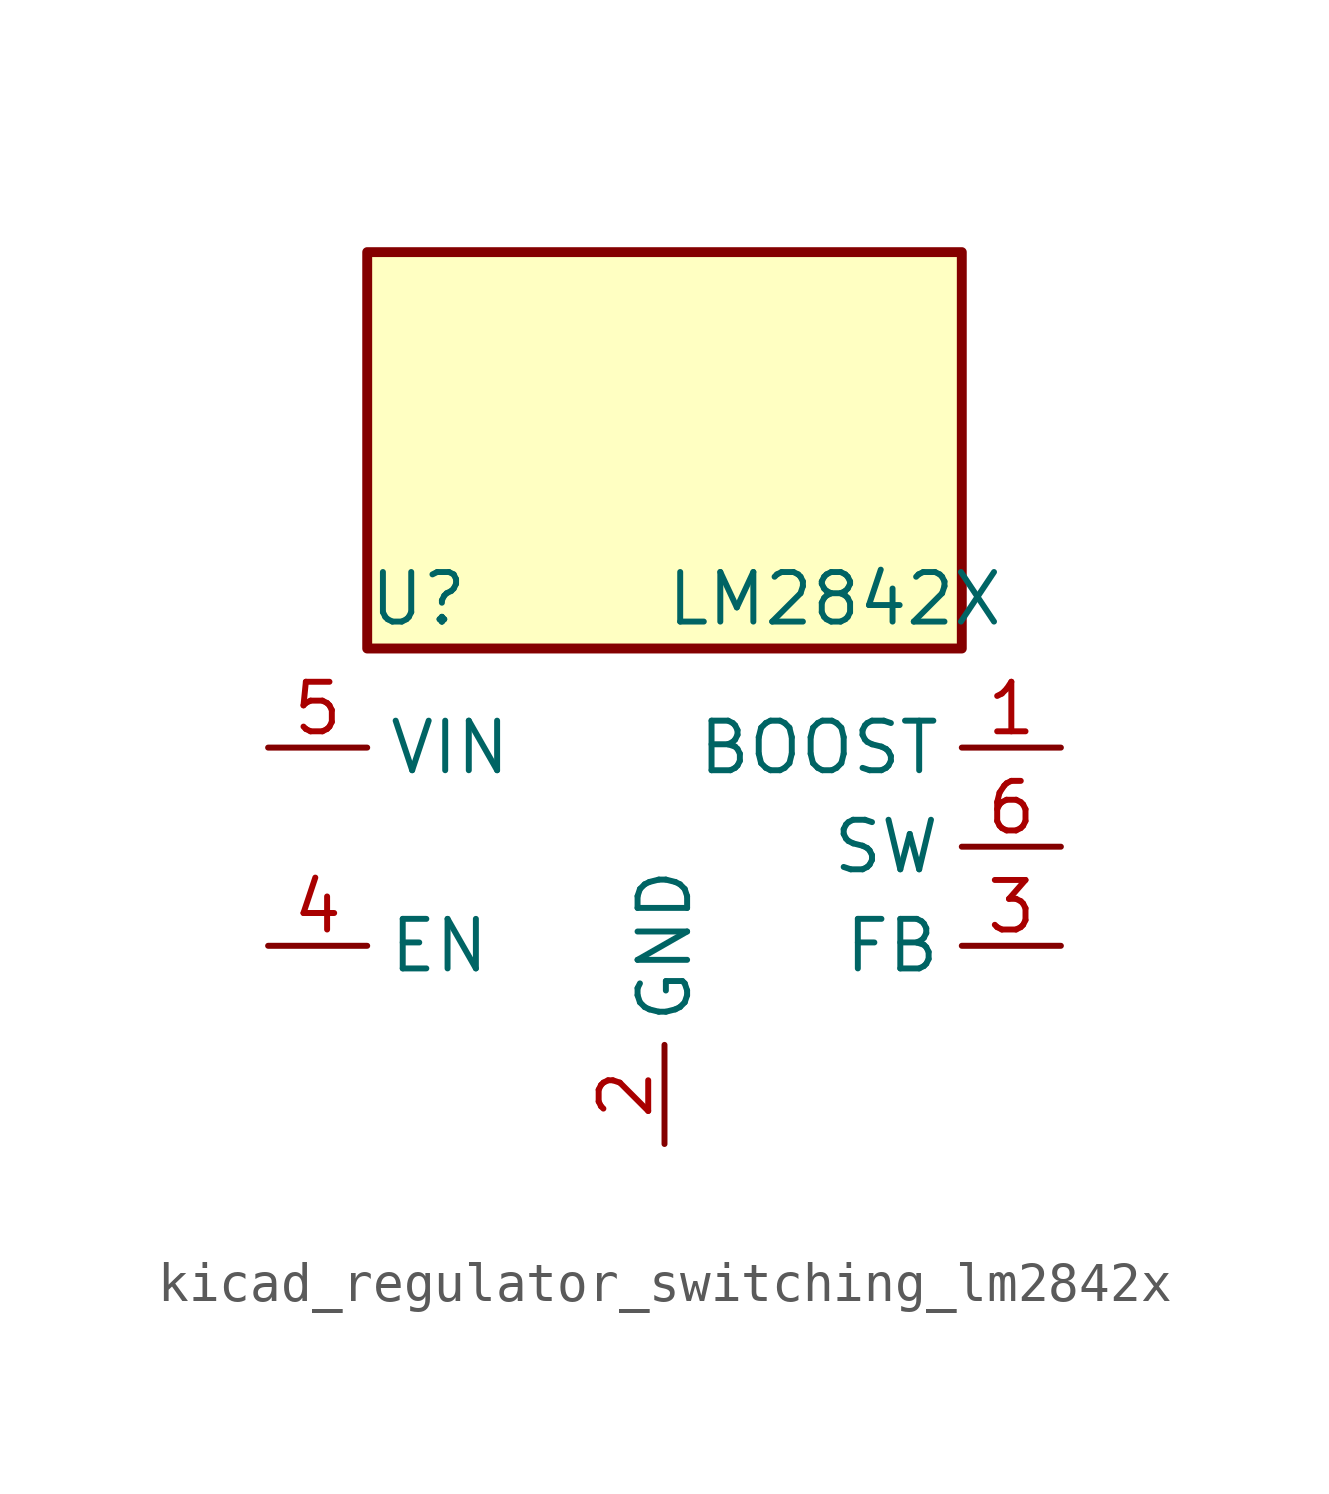
<source format=kicad_sym>
(kicad_symbol_lib
  (version 20220914)
  (generator kicad_symbol_editor)
  (symbol "kicad_regulator_switching_lm2842x"
    (property "Reference" "U"
      (at -7.62 6.35 0)
      (effects (font (size 1.27 1.27)) (justify left)))
    (property "Value" "LM2842X"
      (at 0 6.35 0)
      (effects (font (size 1.27 1.27)) (justify left)))
    (symbol "kicad_regulator_switching_lm2842x_0_1"
      (rectangle (start 7.62 15.24) (end -7.62 5.08) (stroke (width 0.254) (type default)) (fill (type background)))
      (pin input line (at 10.16 2.54 180) (length 2.54) (name "BOOST" (effects (font (size 1.27 1.27)))) (number "1" (effects (font (size 1.27 1.27))))))
    (symbol "kicad_regulator_switching_lm2842x_1_1"
      (pin power_in line (at 0 -7.62 90) (length 2.54) (name "GND" (effects (font (size 1.27 1.27)))) (number "2" (effects (font (size 1.27 1.27)))))
      (pin input line (at 10.16 -2.54 180) (length 2.54) (name "FB" (effects (font (size 1.27 1.27)))) (number "3" (effects (font (size 1.27 1.27)))))
      (pin input line (at -10.16 -2.54 0) (length 2.54) (name "EN" (effects (font (size 1.27 1.27)))) (number "4" (effects (font (size 1.27 1.27)))))
      (pin power_in line (at -10.16 2.54 0) (length 2.54) (name "VIN" (effects (font (size 1.27 1.27)))) (number "5" (effects (font (size 1.27 1.27)))))
      (pin output line (at 10.16 0 180) (length 2.54) (name "SW" (effects (font (size 1.27 1.27)))) (number "6" (effects (font (size 1.27 1.27))))))))
</source>
